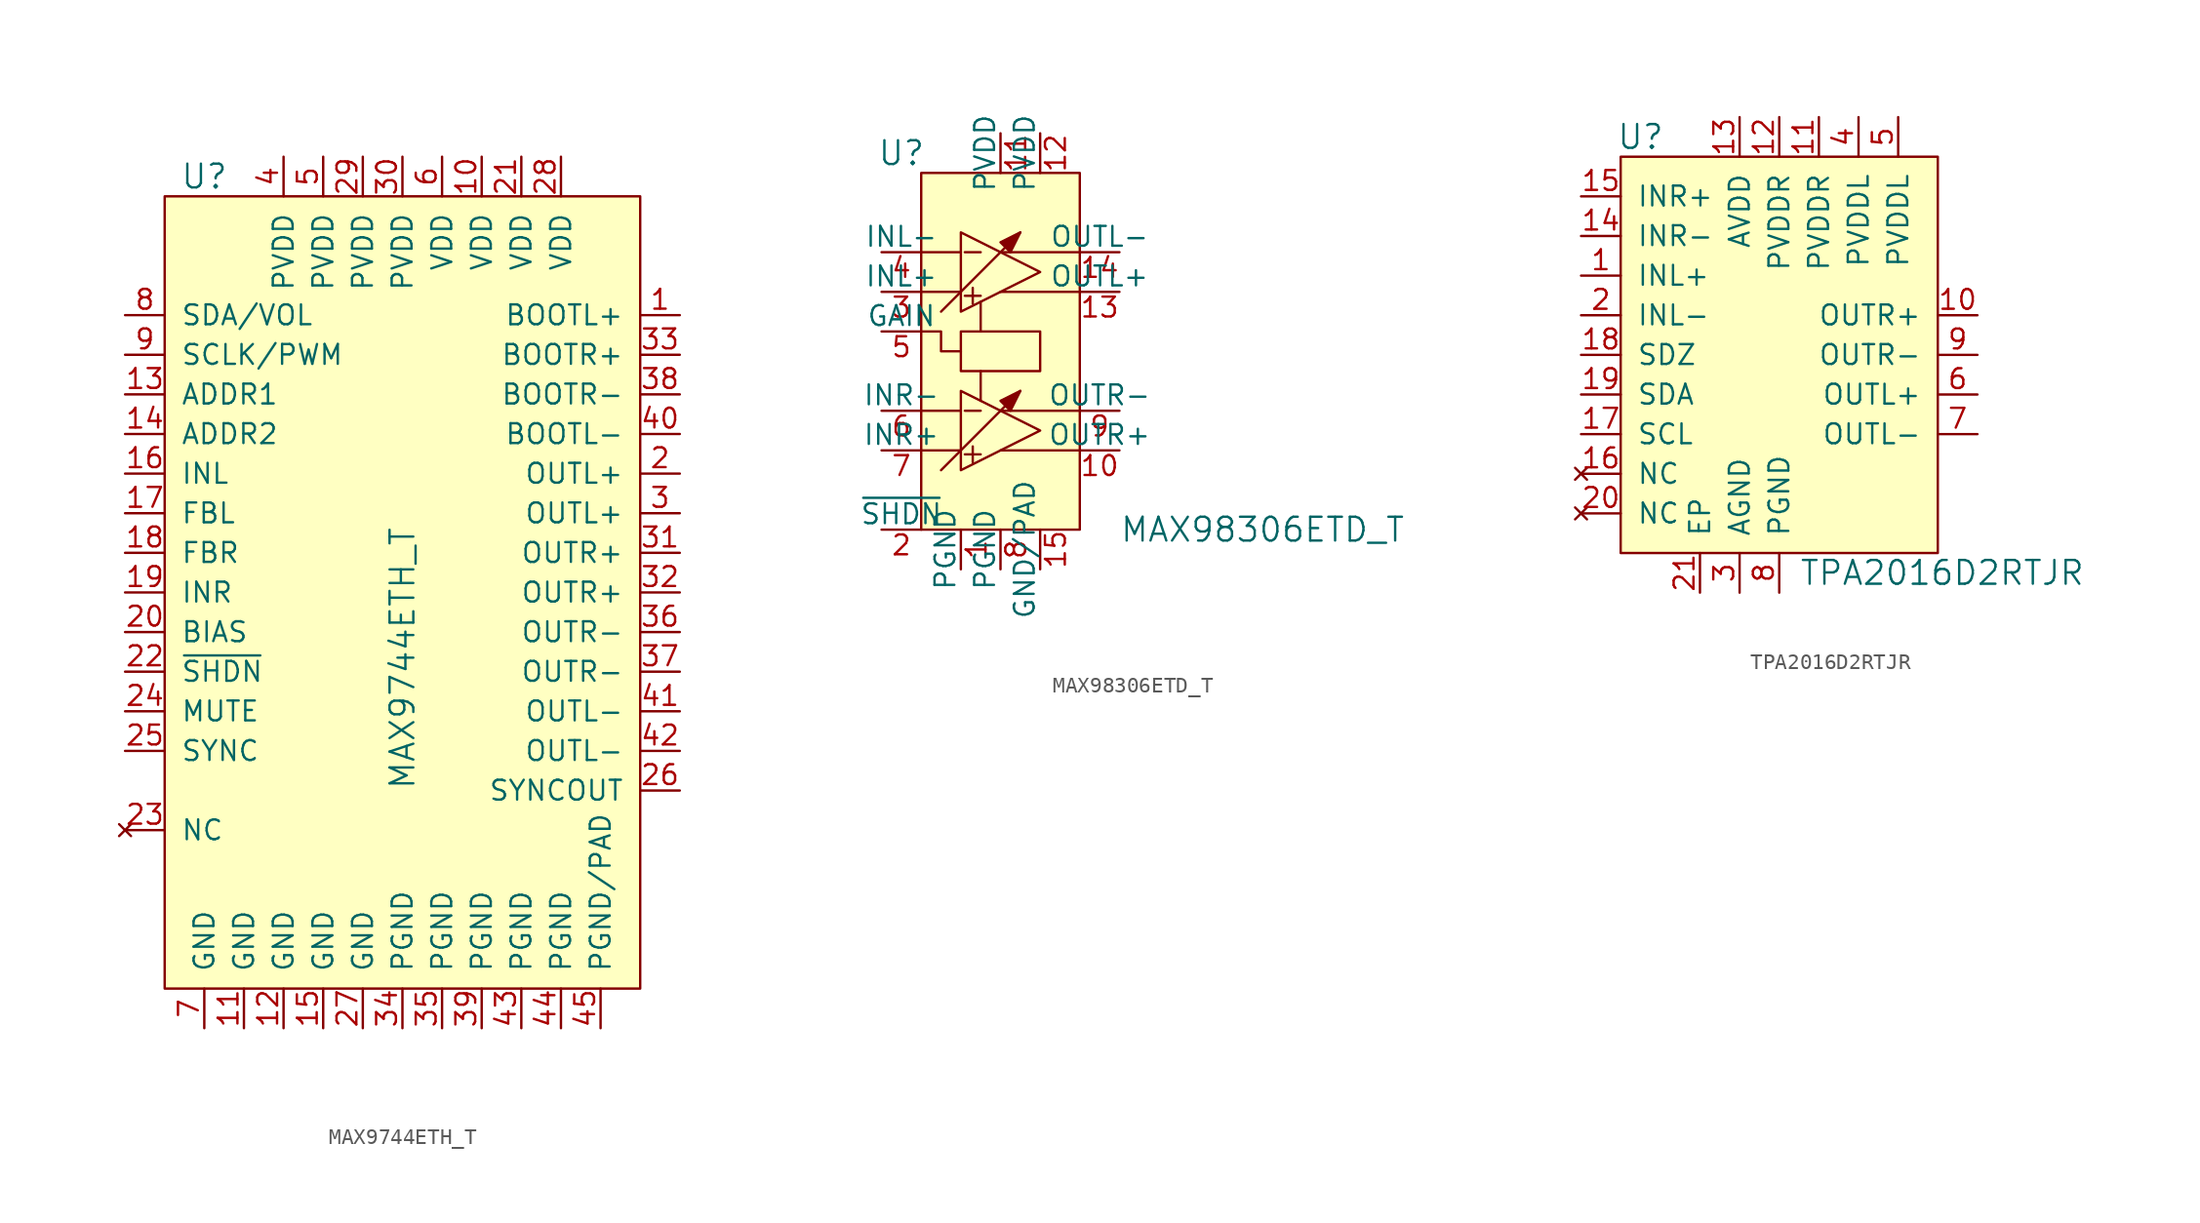
<source format=kicad_sym>
(kicad_symbol_lib
  (version 20211014)
  (generator kicad_symbol_editor)
  (symbol "MAX9744ETH_T"
    (pin_names
      (offset 1.016))
    (property "Reference" "U"
      (at -15.24 24.13 0)
      (effects (font (size 1.524 1.524))))
    (property "Value" "MAX9744ETH_T"
      (at -2.54 -15.24 90)
      (effects (font (size 1.524 1.524)) (justify left)))
    (symbol "MAX9744ETH_T_0_1"
      (rectangle (start -17.78 22.86) (end 12.7 -27.94) (stroke (width 0) (type default) (color 0 0 0 0)) (fill (type background))))
    (symbol "MAX9744ETH_T_1_1"
      (pin output line (at 15.24 15.24 180) (length 2.54) (name "BOOTL+" (effects (font (size 1.27 1.27)))) (number "1" (effects (font (size 1.27 1.27)))))
      (pin power_in line (at 2.54 25.4 270) (length 2.54) (name "VDD" (effects (font (size 1.27 1.27)))) (number "10" (effects (font (size 1.27 1.27)))))
      (pin power_in line (at -12.7 -30.48 90) (length 2.54) (name "GND" (effects (font (size 1.27 1.27)))) (number "11" (effects (font (size 1.27 1.27)))))
      (pin power_in line (at -10.16 -30.48 90) (length 2.54) (name "GND" (effects (font (size 1.27 1.27)))) (number "12" (effects (font (size 1.27 1.27)))))
      (pin input line (at -20.32 10.16 0) (length 2.54) (name "ADDR1" (effects (font (size 1.27 1.27)))) (number "13" (effects (font (size 1.27 1.27)))))
      (pin input line (at -20.32 7.62 0) (length 2.54) (name "ADDR2" (effects (font (size 1.27 1.27)))) (number "14" (effects (font (size 1.27 1.27)))))
      (pin power_in line (at -7.62 -30.48 90) (length 2.54) (name "GND" (effects (font (size 1.27 1.27)))) (number "15" (effects (font (size 1.27 1.27)))))
      (pin input line (at -20.32 5.08 0) (length 2.54) (name "INL" (effects (font (size 1.27 1.27)))) (number "16" (effects (font (size 1.27 1.27)))))
      (pin passive line (at -20.32 2.54 0) (length 2.54) (name "FBL" (effects (font (size 1.27 1.27)))) (number "17" (effects (font (size 1.27 1.27)))))
      (pin passive line (at -20.32 0 0) (length 2.54) (name "FBR" (effects (font (size 1.27 1.27)))) (number "18" (effects (font (size 1.27 1.27)))))
      (pin input line (at -20.32 -2.54 0) (length 2.54) (name "INR" (effects (font (size 1.27 1.27)))) (number "19" (effects (font (size 1.27 1.27)))))
      (pin output line (at 15.24 5.08 180) (length 2.54) (name "OUTL+" (effects (font (size 1.27 1.27)))) (number "2" (effects (font (size 1.27 1.27)))))
      (pin passive line (at -20.32 -5.08 0) (length 2.54) (name "BIAS" (effects (font (size 1.27 1.27)))) (number "20" (effects (font (size 1.27 1.27)))))
      (pin power_in line (at 5.08 25.4 270) (length 2.54) (name "VDD" (effects (font (size 1.27 1.27)))) (number "21" (effects (font (size 1.27 1.27)))))
      (pin input line (at -20.32 -7.62 0) (length 2.54) (name "~{SHDN}" (effects (font (size 1.27 1.27)))) (number "22" (effects (font (size 1.27 1.27)))))
      (pin no_connect line (at -20.32 -17.78 0) (length 2.54) (name "NC" (effects (font (size 1.27 1.27)))) (number "23" (effects (font (size 1.27 1.27)))))
      (pin input line (at -20.32 -10.16 0) (length 2.54) (name "MUTE" (effects (font (size 1.27 1.27)))) (number "24" (effects (font (size 1.27 1.27)))))
      (pin input line (at -20.32 -12.7 0) (length 2.54) (name "SYNC" (effects (font (size 1.27 1.27)))) (number "25" (effects (font (size 1.27 1.27)))))
      (pin output line (at 15.24 -15.24 180) (length 2.54) (name "SYNCOUT" (effects (font (size 1.27 1.27)))) (number "26" (effects (font (size 1.27 1.27)))))
      (pin power_in line (at -5.08 -30.48 90) (length 2.54) (name "GND" (effects (font (size 1.27 1.27)))) (number "27" (effects (font (size 1.27 1.27)))))
      (pin power_in line (at 7.62 25.4 270) (length 2.54) (name "VDD" (effects (font (size 1.27 1.27)))) (number "28" (effects (font (size 1.27 1.27)))))
      (pin power_in line (at -5.08 25.4 270) (length 2.54) (name "PVDD" (effects (font (size 1.27 1.27)))) (number "29" (effects (font (size 1.27 1.27)))))
      (pin output line (at 15.24 2.54 180) (length 2.54) (name "OUTL+" (effects (font (size 1.27 1.27)))) (number "3" (effects (font (size 1.27 1.27)))))
      (pin power_in line (at -2.54 25.4 270) (length 2.54) (name "PVDD" (effects (font (size 1.27 1.27)))) (number "30" (effects (font (size 1.27 1.27)))))
      (pin output line (at 15.24 0 180) (length 2.54) (name "OUTR+" (effects (font (size 1.27 1.27)))) (number "31" (effects (font (size 1.27 1.27)))))
      (pin output line (at 15.24 -2.54 180) (length 2.54) (name "OUTR+" (effects (font (size 1.27 1.27)))) (number "32" (effects (font (size 1.27 1.27)))))
      (pin output line (at 15.24 12.7 180) (length 2.54) (name "BOOTR+" (effects (font (size 1.27 1.27)))) (number "33" (effects (font (size 1.27 1.27)))))
      (pin power_in line (at -2.54 -30.48 90) (length 2.54) (name "PGND" (effects (font (size 1.27 1.27)))) (number "34" (effects (font (size 1.27 1.27)))))
      (pin power_in line (at 0 -30.48 90) (length 2.54) (name "PGND" (effects (font (size 1.27 1.27)))) (number "35" (effects (font (size 1.27 1.27)))))
      (pin output line (at 15.24 -5.08 180) (length 2.54) (name "OUTR-" (effects (font (size 1.27 1.27)))) (number "36" (effects (font (size 1.27 1.27)))))
      (pin output line (at 15.24 -7.62 180) (length 2.54) (name "OUTR-" (effects (font (size 1.27 1.27)))) (number "37" (effects (font (size 1.27 1.27)))))
      (pin output line (at 15.24 10.16 180) (length 2.54) (name "BOOTR-" (effects (font (size 1.27 1.27)))) (number "38" (effects (font (size 1.27 1.27)))))
      (pin power_in line (at 2.54 -30.48 90) (length 2.54) (name "PGND" (effects (font (size 1.27 1.27)))) (number "39" (effects (font (size 1.27 1.27)))))
      (pin power_in line (at -10.16 25.4 270) (length 2.54) (name "PVDD" (effects (font (size 1.27 1.27)))) (number "4" (effects (font (size 1.27 1.27)))))
      (pin output line (at 15.24 7.62 180) (length 2.54) (name "BOOTL-" (effects (font (size 1.27 1.27)))) (number "40" (effects (font (size 1.27 1.27)))))
      (pin output line (at 15.24 -10.16 180) (length 2.54) (name "OUTL-" (effects (font (size 1.27 1.27)))) (number "41" (effects (font (size 1.27 1.27)))))
      (pin output line (at 15.24 -12.7 180) (length 2.54) (name "OUTL-" (effects (font (size 1.27 1.27)))) (number "42" (effects (font (size 1.27 1.27)))))
      (pin power_in line (at 5.08 -30.48 90) (length 2.54) (name "PGND" (effects (font (size 1.27 1.27)))) (number "43" (effects (font (size 1.27 1.27)))))
      (pin power_in line (at 7.62 -30.48 90) (length 2.54) (name "PGND" (effects (font (size 1.27 1.27)))) (number "44" (effects (font (size 1.27 1.27)))))
      (pin power_in line (at 10.16 -30.48 90) (length 2.54) (name "PGND/PAD" (effects (font (size 1.27 1.27)))) (number "45" (effects (font (size 1.27 1.27)))))
      (pin power_in line (at -7.62 25.4 270) (length 2.54) (name "PVDD" (effects (font (size 1.27 1.27)))) (number "5" (effects (font (size 1.27 1.27)))))
      (pin power_in line (at 0 25.4 270) (length 2.54) (name "VDD" (effects (font (size 1.27 1.27)))) (number "6" (effects (font (size 1.27 1.27)))))
      (pin power_in line (at -15.24 -30.48 90) (length 2.54) (name "GND" (effects (font (size 1.27 1.27)))) (number "7" (effects (font (size 1.27 1.27)))))
      (pin bidirectional line (at -20.32 15.24 0) (length 2.54) (name "SDA/VOL" (effects (font (size 1.27 1.27)))) (number "8" (effects (font (size 1.27 1.27)))))
      (pin input line (at -20.32 12.7 0) (length 2.54) (name "SCLK/PWM" (effects (font (size 1.27 1.27)))) (number "9" (effects (font (size 1.27 1.27)))))))
  (symbol "MAX98306ETD_T"
    (pin_names
      (offset 0))
    (property "Reference" "U"
      (at -6.35 11.43 0)
      (effects (font (size 1.524 1.524))))
    (property "Value" "MAX98306ETD_T"
      (at 7.62 -12.7 0)
      (effects (font (size 1.524 1.524)) (justify left)))
    (symbol "MAX98306ETD_T_0_1"
      (rectangle (start -5.08 10.16) (end 5.08 -12.7) (stroke (width 0) (type default) (color 0 0 0 0)) (fill (type background)))
      (rectangle (start -2.54 0) (end 2.54 -2.54) (stroke (width 0) (type default) (color 0 0 0 0)) (fill (type none)))
      (polyline (pts (xy -5.08 -7.62) (xy -2.54 -7.62)) (stroke (width 0) (type default) (color 0 0 0 0)) (fill (type none)))
      (polyline (pts (xy -5.08 2.54) (xy -2.54 2.54)) (stroke (width 0) (type default) (color 0 0 0 0)) (fill (type none)))
      (polyline (pts (xy -3.81 -8.89) (xy 1.27 -3.81)) (stroke (width 0) (type default) (color 0 0 0 0)) (fill (type none)))
      (polyline (pts (xy -3.81 1.27) (xy 1.27 6.35)) (stroke (width 0) (type default) (color 0 0 0 0)) (fill (type none)))
      (polyline (pts (xy -2.54 -5.08) (xy -5.08 -5.08)) (stroke (width 0) (type default) (color 0 0 0 0)) (fill (type none)))
      (polyline (pts (xy -2.54 5.08) (xy -5.08 5.08)) (stroke (width 0) (type default) (color 0 0 0 0)) (fill (type none)))
      (polyline (pts (xy -2.286 -7.874) (xy -1.27 -7.874)) (stroke (width 0) (type default) (color 0 0 0 0)) (fill (type none)))
      (polyline (pts (xy -2.286 -5.08) (xy -1.27 -5.08)) (stroke (width 0) (type default) (color 0 0 0 0)) (fill (type none)))
      (polyline (pts (xy -2.286 2.286) (xy -1.27 2.286)) (stroke (width 0) (type default) (color 0 0 0 0)) (fill (type none)))
      (polyline (pts (xy -2.286 5.08) (xy -1.27 5.08)) (stroke (width 0) (type default) (color 0 0 0 0)) (fill (type none)))
      (polyline (pts (xy -1.778 -7.366) (xy -1.778 -8.382)) (stroke (width 0) (type default) (color 0 0 0 0)) (fill (type none)))
      (polyline (pts (xy -1.778 2.794) (xy -1.778 1.778)) (stroke (width 0) (type default) (color 0 0 0 0)) (fill (type none)))
      (polyline (pts (xy -1.27 -4.445) (xy -1.27 -2.54)) (stroke (width 0) (type default) (color 0 0 0 0)) (fill (type none)))
      (polyline (pts (xy -1.27 1.905) (xy -1.27 0)) (stroke (width 0) (type default) (color 0 0 0 0)) (fill (type none)))
      (polyline (pts (xy 5.08 -7.62) (xy 0 -7.62)) (stroke (width 0) (type default) (color 0 0 0 0)) (fill (type none)))
      (polyline (pts (xy 5.08 -5.08) (xy 0 -5.08)) (stroke (width 0) (type default) (color 0 0 0 0)) (fill (type none)))
      (polyline (pts (xy 5.08 2.54) (xy 0 2.54)) (stroke (width 0) (type default) (color 0 0 0 0)) (fill (type none)))
      (polyline (pts (xy 5.08 5.08) (xy 0 5.08)) (stroke (width 0) (type default) (color 0 0 0 0)) (fill (type none)))
      (polyline (pts (xy -5.08 0) (xy -3.81 0) (xy -3.81 -1.27) (xy -2.54 -1.27)) (stroke (width 0) (type default) (color 0 0 0 0)) (fill (type none)))
      (polyline (pts (xy -2.54 -3.81) (xy -2.54 -8.89) (xy 2.54 -6.35) (xy -2.54 -3.81)) (stroke (width 0) (type default) (color 0 0 0 0)) (fill (type none)))
      (polyline (pts (xy -2.54 6.35) (xy -2.54 1.27) (xy 2.54 3.81) (xy -2.54 6.35)) (stroke (width 0) (type default) (color 0 0 0 0)) (fill (type none)))
      (polyline (pts (xy 0 -4.445) (xy 1.27 -3.81) (xy 0.635 -5.08) (xy 0 -4.445)) (stroke (width 0) (type default) (color 0 0 0 0)) (fill (type outline)))
      (polyline (pts (xy 0 5.715) (xy 1.27 6.35) (xy 0.635 5.08) (xy 0 5.715)) (stroke (width 0) (type default) (color 0 0 0 0)) (fill (type outline))))
    (symbol "MAX98306ETD_T_1_1"
      (pin power_in line (at -2.54 -15.24 90) (length 2.54) (name "PGND" (effects (font (size 1.27 1.27)))) (number "1" (effects (font (size 1.27 1.27)))))
      (pin output line (at 7.62 -7.62 180) (length 2.54) (name "OUTR+" (effects (font (size 1.27 1.27)))) (number "10" (effects (font (size 1.27 1.27)))))
      (pin power_in line (at 0 12.7 270) (length 2.54) (name "PVDD" (effects (font (size 1.27 1.27)))) (number "11" (effects (font (size 1.27 1.27)))))
      (pin power_in line (at 2.54 12.7 270) (length 2.54) (name "PVDD" (effects (font (size 1.27 1.27)))) (number "12" (effects (font (size 1.27 1.27)))))
      (pin output line (at 7.62 2.54 180) (length 2.54) (name "OUTL+" (effects (font (size 1.27 1.27)))) (number "13" (effects (font (size 1.27 1.27)))))
      (pin output line (at 7.62 5.08 180) (length 2.54) (name "OUTL-" (effects (font (size 1.27 1.27)))) (number "14" (effects (font (size 1.27 1.27)))))
      (pin unspecified line (at 2.54 -15.24 90) (length 2.54) (name "GND/PAD" (effects (font (size 1.27 1.27)))) (number "15" (effects (font (size 1.27 1.27)))))
      (pin input line (at -7.62 -12.7 0) (length 2.54) (name "~{SHDN}" (effects (font (size 1.27 1.27)))) (number "2" (effects (font (size 1.27 1.27)))))
      (pin input line (at -7.62 2.54 0) (length 2.54) (name "INL+" (effects (font (size 1.27 1.27)))) (number "3" (effects (font (size 1.27 1.27)))))
      (pin input line (at -7.62 5.08 0) (length 2.54) (name "INL-" (effects (font (size 1.27 1.27)))) (number "4" (effects (font (size 1.27 1.27)))))
      (pin input line (at -7.62 0 0) (length 2.54) (name "GAIN" (effects (font (size 1.27 1.27)))) (number "5" (effects (font (size 1.27 1.27)))))
      (pin input line (at -7.62 -5.08 0) (length 2.54) (name "INR-" (effects (font (size 1.27 1.27)))) (number "6" (effects (font (size 1.27 1.27)))))
      (pin input line (at -7.62 -7.62 0) (length 2.54) (name "INR+" (effects (font (size 1.27 1.27)))) (number "7" (effects (font (size 1.27 1.27)))))
      (pin power_in line (at 0 -15.24 90) (length 2.54) (name "PGND" (effects (font (size 1.27 1.27)))) (number "8" (effects (font (size 1.27 1.27)))))
      (pin output line (at 7.62 -5.08 180) (length 2.54) (name "OUTR-" (effects (font (size 1.27 1.27)))) (number "9" (effects (font (size 1.27 1.27)))))))
  (symbol "TPA2016D2RTJR"
    (pin_names
      (offset 1.016))
    (property "Reference" "U"
      (at -6.35 3.81 0)
      (effects (font (size 1.524 1.524))))
    (property "Value" "TPA2016D2RTJR"
      (at 3.81 -24.13 0)
      (effects (font (size 1.524 1.524)) (justify left)))
    (symbol "TPA2016D2RTJR_0_1"
      (rectangle (start -7.62 2.54) (end 12.7 -22.86) (stroke (width 0) (type default) (color 0 0 0 0)) (fill (type background))))
    (symbol "TPA2016D2RTJR_1_1"
      (pin input line (at -10.16 -5.08 0) (length 2.54) (name "INL+" (effects (font (size 1.27 1.27)))) (number "1" (effects (font (size 1.27 1.27)))))
      (pin output line (at 15.24 -7.62 180) (length 2.54) (name "OUTR+" (effects (font (size 1.27 1.27)))) (number "10" (effects (font (size 1.27 1.27)))))
      (pin power_in line (at 5.08 5.08 270) (length 2.54) (name "PVDDR" (effects (font (size 1.27 1.27)))) (number "11" (effects (font (size 1.27 1.27)))))
      (pin power_in line (at 2.54 5.08 270) (length 2.54) (name "PVDDR" (effects (font (size 1.27 1.27)))) (number "12" (effects (font (size 1.27 1.27)))))
      (pin power_in line (at 0 5.08 270) (length 2.54) (name "AVDD" (effects (font (size 1.27 1.27)))) (number "13" (effects (font (size 1.27 1.27)))))
      (pin input line (at -10.16 -2.54 0) (length 2.54) (name "INR-" (effects (font (size 1.27 1.27)))) (number "14" (effects (font (size 1.27 1.27)))))
      (pin input line (at -10.16 0 0) (length 2.54) (name "INR+" (effects (font (size 1.27 1.27)))) (number "15" (effects (font (size 1.27 1.27)))))
      (pin no_connect line (at -10.16 -17.78 0) (length 2.54) (name "NC" (effects (font (size 1.27 1.27)))) (number "16" (effects (font (size 1.27 1.27)))))
      (pin input line (at -10.16 -15.24 0) (length 2.54) (name "SCL" (effects (font (size 1.27 1.27)))) (number "17" (effects (font (size 1.27 1.27)))))
      (pin input line (at -10.16 -10.16 0) (length 2.54) (name "SDZ" (effects (font (size 1.27 1.27)))) (number "18" (effects (font (size 1.27 1.27)))))
      (pin bidirectional line (at -10.16 -12.7 0) (length 2.54) (name "SDA" (effects (font (size 1.27 1.27)))) (number "19" (effects (font (size 1.27 1.27)))))
      (pin input line (at -10.16 -7.62 0) (length 2.54) (name "INL-" (effects (font (size 1.27 1.27)))) (number "2" (effects (font (size 1.27 1.27)))))
      (pin no_connect line (at -10.16 -20.32 0) (length 2.54) (name "NC" (effects (font (size 1.27 1.27)))) (number "20" (effects (font (size 1.27 1.27)))))
      (pin passive line (at -2.54 -25.4 90) (length 2.54) (name "EP" (effects (font (size 1.27 1.27)))) (number "21" (effects (font (size 1.27 1.27)))))
      (pin power_in line (at 0 -25.4 90) (length 2.54) (name "AGND" (effects (font (size 1.27 1.27)))) (number "3" (effects (font (size 1.27 1.27)))))
      (pin power_in line (at 7.62 5.08 270) (length 2.54) (name "PVDDL" (effects (font (size 1.27 1.27)))) (number "4" (effects (font (size 1.27 1.27)))))
      (pin power_in line (at 10.16 5.08 270) (length 2.54) (name "PVDDL" (effects (font (size 1.27 1.27)))) (number "5" (effects (font (size 1.27 1.27)))))
      (pin output line (at 15.24 -12.7 180) (length 2.54) (name "OUTL+" (effects (font (size 1.27 1.27)))) (number "6" (effects (font (size 1.27 1.27)))))
      (pin output line (at 15.24 -15.24 180) (length 2.54) (name "OUTL-" (effects (font (size 1.27 1.27)))) (number "7" (effects (font (size 1.27 1.27)))))
      (pin power_in line (at 2.54 -25.4 90) (length 2.54) (name "PGND" (effects (font (size 1.27 1.27)))) (number "8" (effects (font (size 1.27 1.27)))))
      (pin output line (at 15.24 -10.16 180) (length 2.54) (name "OUTR-" (effects (font (size 1.27 1.27)))) (number "9" (effects (font (size 1.27 1.27))))))))
</source>
